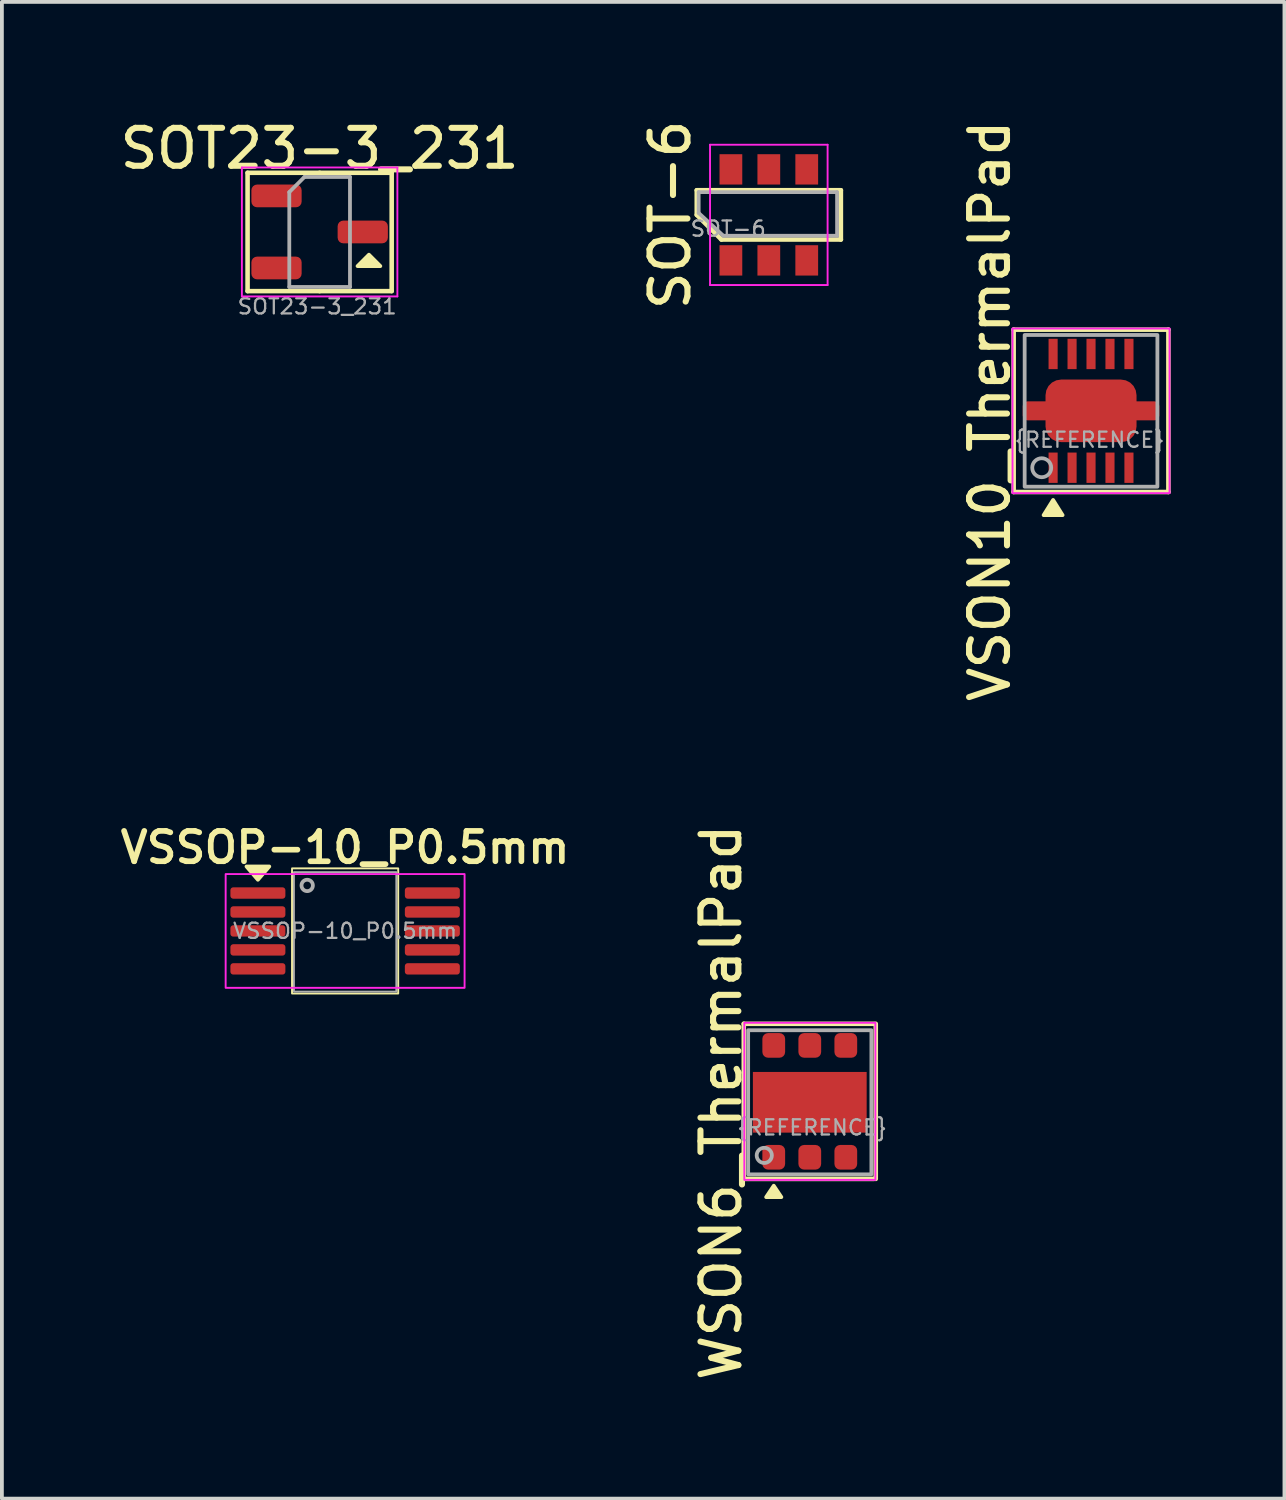
<source format=kicad_pcb>
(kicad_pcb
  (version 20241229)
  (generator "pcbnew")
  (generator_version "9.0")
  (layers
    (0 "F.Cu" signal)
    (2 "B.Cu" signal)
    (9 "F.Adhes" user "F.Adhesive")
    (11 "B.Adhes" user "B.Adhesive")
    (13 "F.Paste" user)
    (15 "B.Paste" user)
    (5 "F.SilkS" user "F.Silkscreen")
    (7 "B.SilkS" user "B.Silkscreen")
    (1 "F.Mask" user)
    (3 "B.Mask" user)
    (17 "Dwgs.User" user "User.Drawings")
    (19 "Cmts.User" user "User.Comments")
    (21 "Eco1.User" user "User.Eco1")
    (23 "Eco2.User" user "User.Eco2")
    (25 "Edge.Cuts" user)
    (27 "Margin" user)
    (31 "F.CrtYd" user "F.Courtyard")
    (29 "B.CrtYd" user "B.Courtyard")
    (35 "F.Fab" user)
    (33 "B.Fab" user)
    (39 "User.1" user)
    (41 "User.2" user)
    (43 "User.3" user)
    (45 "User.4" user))
  (footprint "SOT23-3_231"
    (layer "F.Cu")
    (at 5.378 3.066)
    (property "Reference" "SOT23-3_231" (at 0 -2.2 0) (layer "F.SilkS") (effects (font (size 1 1) (thickness 0.16))))
    (attr smd)
    (fp_line (start -1.9 -1.56) (end -1.9 1.56) (stroke (width 0.12) (type default)) (layer "F.SilkS"))
    (fp_line (start 0 -1.56) (end -1.9 -1.56) (stroke (width 0.12) (type solid)) (layer "F.SilkS"))
    (fp_line (start 0 -1.56) (end 1.9 -1.56) (stroke (width 0.12) (type solid)) (layer "F.SilkS"))
    (fp_line (start 0 1.56) (end -1.9 1.56) (stroke (width 0.12) (type solid)) (layer "F.SilkS"))
    (fp_line (start 0 1.56) (end 1.9 1.56) (stroke (width 0.12) (type solid)) (layer "F.SilkS"))
    (fp_line (start 1.9 1.56) (end 1.9 -1.56) (stroke (width 0.12) (type default)) (layer "F.SilkS"))
    (fp_poly (pts (xy 1.3 0.6) (xy 1 0.9) (xy 1.6 0.9)) (stroke (width 0.1) (type solid)) (fill yes) (layer "F.SilkS"))
    (fp_line (start -2.05 -1.7) (end -2.05 1.7) (stroke (width 0.05) (type solid)) (layer "F.CrtYd"))
    (fp_line (start -2.05 1.7) (end 2.05 1.7) (stroke (width 0.05) (type solid)) (layer "F.CrtYd"))
    (fp_line (start 2.05 -1.7) (end -2.05 -1.7) (stroke (width 0.05) (type solid)) (layer "F.CrtYd"))
    (fp_line (start 2.05 1.7) (end 2.05 -1.7) (stroke (width 0.05) (type solid)) (layer "F.CrtYd"))
    (fp_line (start -0.8 -1.05) (end -0.4 -1.45) (stroke (width 0.1) (type solid)) (layer "F.Fab"))
    (fp_line (start -0.8 1.45) (end -0.8 -1.05) (stroke (width 0.1) (type solid)) (layer "F.Fab"))
    (fp_line (start -0.4 -1.45) (end 0.8 -1.45) (stroke (width 0.1) (type solid)) (layer "F.Fab"))
    (fp_line (start 0.8 -1.45) (end 0.8 1.45) (stroke (width 0.1) (type solid)) (layer "F.Fab"))
    (fp_line (start 0.8 1.45) (end -0.8 1.45) (stroke (width 0.1) (type solid)) (layer "F.Fab"))
    (fp_text user "${REFERENCE}" (at -2.2 2.2 0) (unlocked yes) (layer "F.Fab") (effects (font (size 0.4 0.4) (thickness 0.06)) (justify left bottom)))
    (pad "1" smd roundrect (at 1.137 0) (size 1.325 0.6) (layers "F.Cu" "F.Mask" "F.Paste") (roundrect_rratio 0.25))
    (pad "2" smd roundrect (at -1.137 -0.95) (size 1.325 0.6) (layers "F.Cu" "F.Mask" "F.Paste") (roundrect_rratio 0.25))
    (pad "3" smd roundrect (at -1.137 0.95) (size 1.325 0.6) (layers "F.Cu" "F.Mask" "F.Paste") (roundrect_rratio 0.25)))
  (footprint "VSSOP-10_P0.5mm"
    (layer "F.Cu")
    (at 6.05 21.497)
    (property "Reference" "VSSOP-10_P0.5mm" (at 0 -2.2 0) (unlocked yes) (layer "F.SilkS") (effects (font (size 0.8 0.8) (thickness 0.15))))
    (attr smd)
    (fp_poly (pts (xy -2.3 -1.35) (xy -2 -1.7) (xy -2.6 -1.7)) (stroke (width 0.1) (type solid)) (fill yes) (layer "F.SilkS"))
    (fp_poly (pts (xy -1.4 -1.65) (xy 1.4 -1.65) (xy 1.4 1.65) (xy -1.4 1.65)) (stroke (width 0.05) (type solid)) (fill no) (layer "F.SilkS"))
    (fp_rect (start -3.15 -1.5) (end 3.15 1.5) (stroke (width 0.05) (type default)) (fill no) (layer "F.CrtYd"))
    (fp_circle (center -1 -1.2) (end -0.85 -1.2) (stroke (width 0.1) (type solid)) (fill no) (layer "F.Fab"))
    (fp_poly (pts (xy -1.35 -1.55) (xy 1.35 -1.55) (xy 1.35 1.6) (xy -1.35 1.6)) (stroke (width 0.05) (type solid)) (fill no) (layer "F.Fab"))
    (fp_text user "${REFERENCE}" (at 0 0 0) (unlocked yes) (layer "F.Fab") (effects (font (size 0.4 0.4) (thickness 0.06))))
    (pad "1" smd roundrect (at -2.3 -1) (size 1.45 0.3) (layers "F.Cu" "F.Mask" "F.Paste") (roundrect_rratio 0.25))
    (pad "2" smd roundrect (at -2.3 -0.5) (size 1.45 0.3) (layers "F.Cu" "F.Mask" "F.Paste") (roundrect_rratio 0.25))
    (pad "3" smd roundrect (at -2.3 0) (size 1.45 0.3) (layers "F.Cu" "F.Mask" "F.Paste") (roundrect_rratio 0.25))
    (pad "4" smd roundrect (at -2.3 0.5) (size 1.45 0.3) (layers "F.Cu" "F.Mask" "F.Paste") (roundrect_rratio 0.25))
    (pad "5" smd roundrect (at -2.3 1) (size 1.45 0.3) (layers "F.Cu" "F.Mask" "F.Paste") (roundrect_rratio 0.25))
    (pad "6" smd roundrect (at 2.3 1) (size 1.45 0.3) (layers "F.Cu" "F.Mask" "F.Paste") (roundrect_rratio 0.25))
    (pad "7" smd roundrect (at 2.3 0.5) (size 1.45 0.3) (layers "F.Cu" "F.Mask" "F.Paste") (roundrect_rratio 0.25))
    (pad "8" smd roundrect (at 2.3 0) (size 1.45 0.3) (layers "F.Cu" "F.Mask" "F.Paste") (roundrect_rratio 0.25))
    (pad "9" smd roundrect (at 2.3 -0.5) (size 1.45 0.3) (layers "F.Cu" "F.Mask" "F.Paste") (roundrect_rratio 0.25))
    (pad "10" smd roundrect (at 2.3 -1) (size 1.45 0.3) (layers "F.Cu" "F.Mask" "F.Paste") (roundrect_rratio 0.25)))
  (footprint "WSON6_ThermalPad"
    (layer "F.Cu")
    (at 18.302 26.005)
    (property "Reference" "WSON6_ThermalPad" (at -2.337 0.01 90) (unlocked yes) (layer "F.SilkS") (effects (font (size 1 1) (thickness 0.16))))
    (attr smd)
    (fp_line (start -1.74 -2.06) (end -1.74 2.03) (stroke (width 0.12) (type default)) (layer "F.SilkS"))
    (fp_line (start -1.74 -2.06) (end 1.7 -2.06) (stroke (width 0.12) (type default)) (layer "F.SilkS"))
    (fp_line (start -1.74 2.03) (end 1.7 2.03) (stroke (width 0.12) (type default)) (layer "F.SilkS"))
    (fp_line (start 1.74 -2.06) (end 1.74 2.03) (stroke (width 0.12) (type default)) (layer "F.SilkS"))
    (fp_poly (pts (xy -0.95 2.21) (xy -1.15 2.51) (xy -0.75 2.51)) (stroke (width 0.1) (type solid)) (fill yes) (layer "F.SilkS"))
    (fp_rect (start -1.726 -2.086) (end 1.73 2.056) (stroke (width 0.05) (type default)) (fill no) (layer "F.CrtYd"))
    (fp_rect (start -1.625 -1.89) (end 1.625 1.91) (stroke (width 0.1) (type default)) (fill no) (layer "F.Fab"))
    (fp_circle (center -1.2 1.41) (end -1 1.41) (stroke (width 0.1) (type solid)) (fill no) (layer "F.Fab"))
    (fp_text user "{REFERENCE}" (at -1.95 0.91 0) (unlocked yes) (layer "F.Fab") (effects (font (size 0.4 0.4) (thickness 0.06)) (justify left bottom)))
    (pad "1" smd roundrect (at -0.95 1.46) (size 0.6 0.65) (layers "F.Cu" "F.Mask" "F.Paste") (roundrect_rratio 0.25))
    (pad "2" smd roundrect (at 0 1.46) (size 0.6 0.65) (layers "F.Cu" "F.Mask" "F.Paste") (roundrect_rratio 0.25))
    (pad "3" smd roundrect (at 0.95 1.46) (size 0.6 0.65) (layers "F.Cu" "F.Mask" "F.Paste") (roundrect_rratio 0.25))
    (pad "4" smd roundrect (at 0.95 -1.49) (size 0.6 0.65) (layers "F.Cu" "F.Mask" "F.Paste") (roundrect_rratio 0.25))
    (pad "5" smd roundrect (at 0 -1.49) (size 0.6 0.65) (layers "F.Cu" "F.Mask" "F.Paste") (roundrect_rratio 0.25))
    (pad "6" smd roundrect (at -0.95 -1.49) (size 0.6 0.65) (layers "F.Cu" "F.Mask" "F.Paste") (roundrect_rratio 0.25))
    (pad "7" smd rect (at 0 0.01) (size 3 1.6) (layers "F.Cu" "F.Mask" "F.Paste")))
  (footprint "VSON10_ThermalPad"
    (layer "F.Cu")
    (at 25.718 7.783)
    (property "Reference" "VSON10_ThermalPad" (at -2.67 0 90) (layer "F.SilkS") (effects (font (size 1 1) (thickness 0.16))))
    (attr smd)
    (fp_line (start -2.04 -2.14) (end 2.04 -2.14) (stroke (width 0.12) (type default)) (layer "F.SilkS"))
    (fp_line (start -2.04 2.14) (end -2.04 -2.14) (stroke (width 0.12) (type default)) (layer "F.SilkS"))
    (fp_line (start 2.04 -2.14) (end 2.04 2.14) (stroke (width 0.12) (type default)) (layer "F.SilkS"))
    (fp_line (start 2.04 2.14) (end -2.04 2.14) (stroke (width 0.12) (type default)) (layer "F.SilkS"))
    (fp_poly (pts (xy -1 2.35) (xy -1.25 2.75) (xy -0.75 2.75)) (stroke (width 0.1) (type solid)) (fill yes) (layer "F.SilkS"))
    (fp_line (start -2.07 -2.17) (end 2.07 -2.17) (stroke (width 0.05) (type default)) (layer "F.CrtYd"))
    (fp_line (start -2.07 2.17) (end -2.07 -2.17) (stroke (width 0.05) (type default)) (layer "F.CrtYd"))
    (fp_line (start 2.07 -2.17) (end 2.07 2.17) (stroke (width 0.05) (type default)) (layer "F.CrtYd"))
    (fp_line (start 2.07 2.17) (end -2.07 2.17) (stroke (width 0.05) (type default)) (layer "F.CrtYd"))
    (fp_rect (start -1.75 -2) (end 1.75 2) (stroke (width 0.1) (type default)) (fill no) (layer "F.Fab"))
    (fp_circle (center -1.3 1.5) (end -1.05 1.5) (stroke (width 0.1) (type solid)) (fill no) (layer "F.Fab"))
    (fp_text user "{REFERENCE}" (at -2.05 1 0) (unlocked yes) (layer "F.Fab") (effects (font (size 0.4 0.4) (thickness 0.06)) (justify left bottom)))
    (pad "1" smd rect (at -1 1.5) (size 0.24 0.8) (layers "F.Cu" "F.Mask" "F.Paste"))
    (pad "2" smd rect (at -0.5 1.5) (size 0.24 0.8) (layers "F.Cu" "F.Mask" "F.Paste"))
    (pad "3" smd rect (at 0 1.5) (size 0.24 0.8) (layers "F.Cu" "F.Mask" "F.Paste"))
    (pad "4" smd rect (at 0.5 1.5) (size 0.24 0.8) (layers "F.Cu" "F.Mask" "F.Paste"))
    (pad "5" smd rect (at 1 1.5) (size 0.24 0.8) (layers "F.Cu" "F.Mask" "F.Paste"))
    (pad "6" smd rect (at 1 -1.5) (size 0.24 0.8) (layers "F.Cu" "F.Mask" "F.Paste"))
    (pad "7" smd rect (at 0.5 -1.5) (size 0.24 0.8) (layers "F.Cu" "F.Mask" "F.Paste"))
    (pad "8" smd rect (at 0 -1.5) (size 0.24 0.8) (layers "F.Cu" "F.Mask" "F.Paste"))
    (pad "9" smd rect (at -0.5 -1.5) (size 0.24 0.8) (layers "F.Cu" "F.Mask" "F.Paste"))
    (pad "10" smd rect (at -1 -1.5) (size 0.24 0.8) (layers "F.Cu" "F.Mask" "F.Paste"))
    (pad "11" smd roundrect (at -1.3 0) (size 1 0.5) (layers "F.Cu" "F.Mask" "F.Paste") (roundrect_rratio 0.25))
    (pad "11" smd roundrect (at 0 0) (size 2.4 1.65) (layers "F.Cu" "F.Mask" "F.Paste") (roundrect_rratio 0.25))
    (pad "11" smd roundrect (at 1.3 0) (size 1 0.5) (layers "F.Cu" "F.Mask" "F.Paste") (roundrect_rratio 0.25)))
  (footprint "SOT-6"
    (layer "F.Cu")
    (at 17.222 2.616)
    (property "Reference" "SOT-6" (at -2.6 0 90) (layer "F.SilkS") (effects (font (size 1 1) (thickness 0.16))))
    (attr smd)
    (fp_line (start -1.9 -0.65) (end 1.9 -0.65) (stroke (width 0.12) (type default)) (layer "F.SilkS"))
    (fp_line (start -1.9 0) (end -1.9 -0.65) (stroke (width 0.12) (type default)) (layer "F.SilkS"))
    (fp_line (start -1.25 0.65) (end -1.9 0) (stroke (width 0.12) (type default)) (layer "F.SilkS"))
    (fp_line (start 1.9 -0.65) (end 1.9 0.65) (stroke (width 0.12) (type default)) (layer "F.SilkS"))
    (fp_line (start 1.9 0.65) (end -1.25 0.65) (stroke (width 0.12) (type default)) (layer "F.SilkS"))
    (fp_line (start -1.55 -1.85) (end 1.55 -1.85) (stroke (width 0.05) (type default)) (layer "F.CrtYd"))
    (fp_line (start -1.55 1.85) (end -1.55 -1.85) (stroke (width 0.05) (type default)) (layer "F.CrtYd"))
    (fp_line (start 1.55 -1.85) (end 1.55 1.85) (stroke (width 0.05) (type default)) (layer "F.CrtYd"))
    (fp_line (start 1.55 1.85) (end -1.55 1.85) (stroke (width 0.05) (type default)) (layer "F.CrtYd"))
    (fp_line (start -1.85 -0.6) (end 1.8 -0.6) (stroke (width 0.1) (type default)) (layer "F.Fab"))
    (fp_line (start -1.85 -0.05) (end -1.85 -0.6) (stroke (width 0.1) (type default)) (layer "F.Fab"))
    (fp_line (start -1.2 0.55) (end -1.85 -0.05) (stroke (width 0.1) (type default)) (layer "F.Fab"))
    (fp_line (start 1.8 -0.6) (end 1.8 0.55) (stroke (width 0.1) (type default)) (layer "F.Fab"))
    (fp_line (start 1.8 0.55) (end -1.2 0.55) (stroke (width 0.1) (type default)) (layer "F.Fab"))
    (fp_text user "${REFERENCE}" (at -2.1 0.6 0) (unlocked yes) (layer "F.Fab") (effects (font (size 0.4 0.4) (thickness 0.06)) (justify left bottom)))
    (pad "1" smd rect (at -1 1.2) (size 0.6 0.8) (layers "F.Cu" "F.Mask" "F.Paste"))
    (pad "2" smd rect (at 0 1.2) (size 0.6 0.8) (layers "F.Cu" "F.Mask" "F.Paste"))
    (pad "3" smd rect (at 1 1.2) (size 0.6 0.8) (layers "F.Cu" "F.Mask" "F.Paste"))
    (pad "4" smd rect (at 1 -1.2) (size 0.6 0.8) (layers "F.Cu" "F.Mask" "F.Paste"))
    (pad "5" smd rect (at 0 -1.2) (size 0.6 0.8) (layers "F.Cu" "F.Mask" "F.Paste"))
    (pad "6" smd rect (at -1 -1.2) (size 0.6 0.8) (layers "F.Cu" "F.Mask" "F.Paste")))
  (gr_rect
    (start -3 -3)
    (end 30.818 36.465)
    (stroke (width 0.1) (type default))
    (fill no)
    (layer "Edge.Cuts")))
</source>
